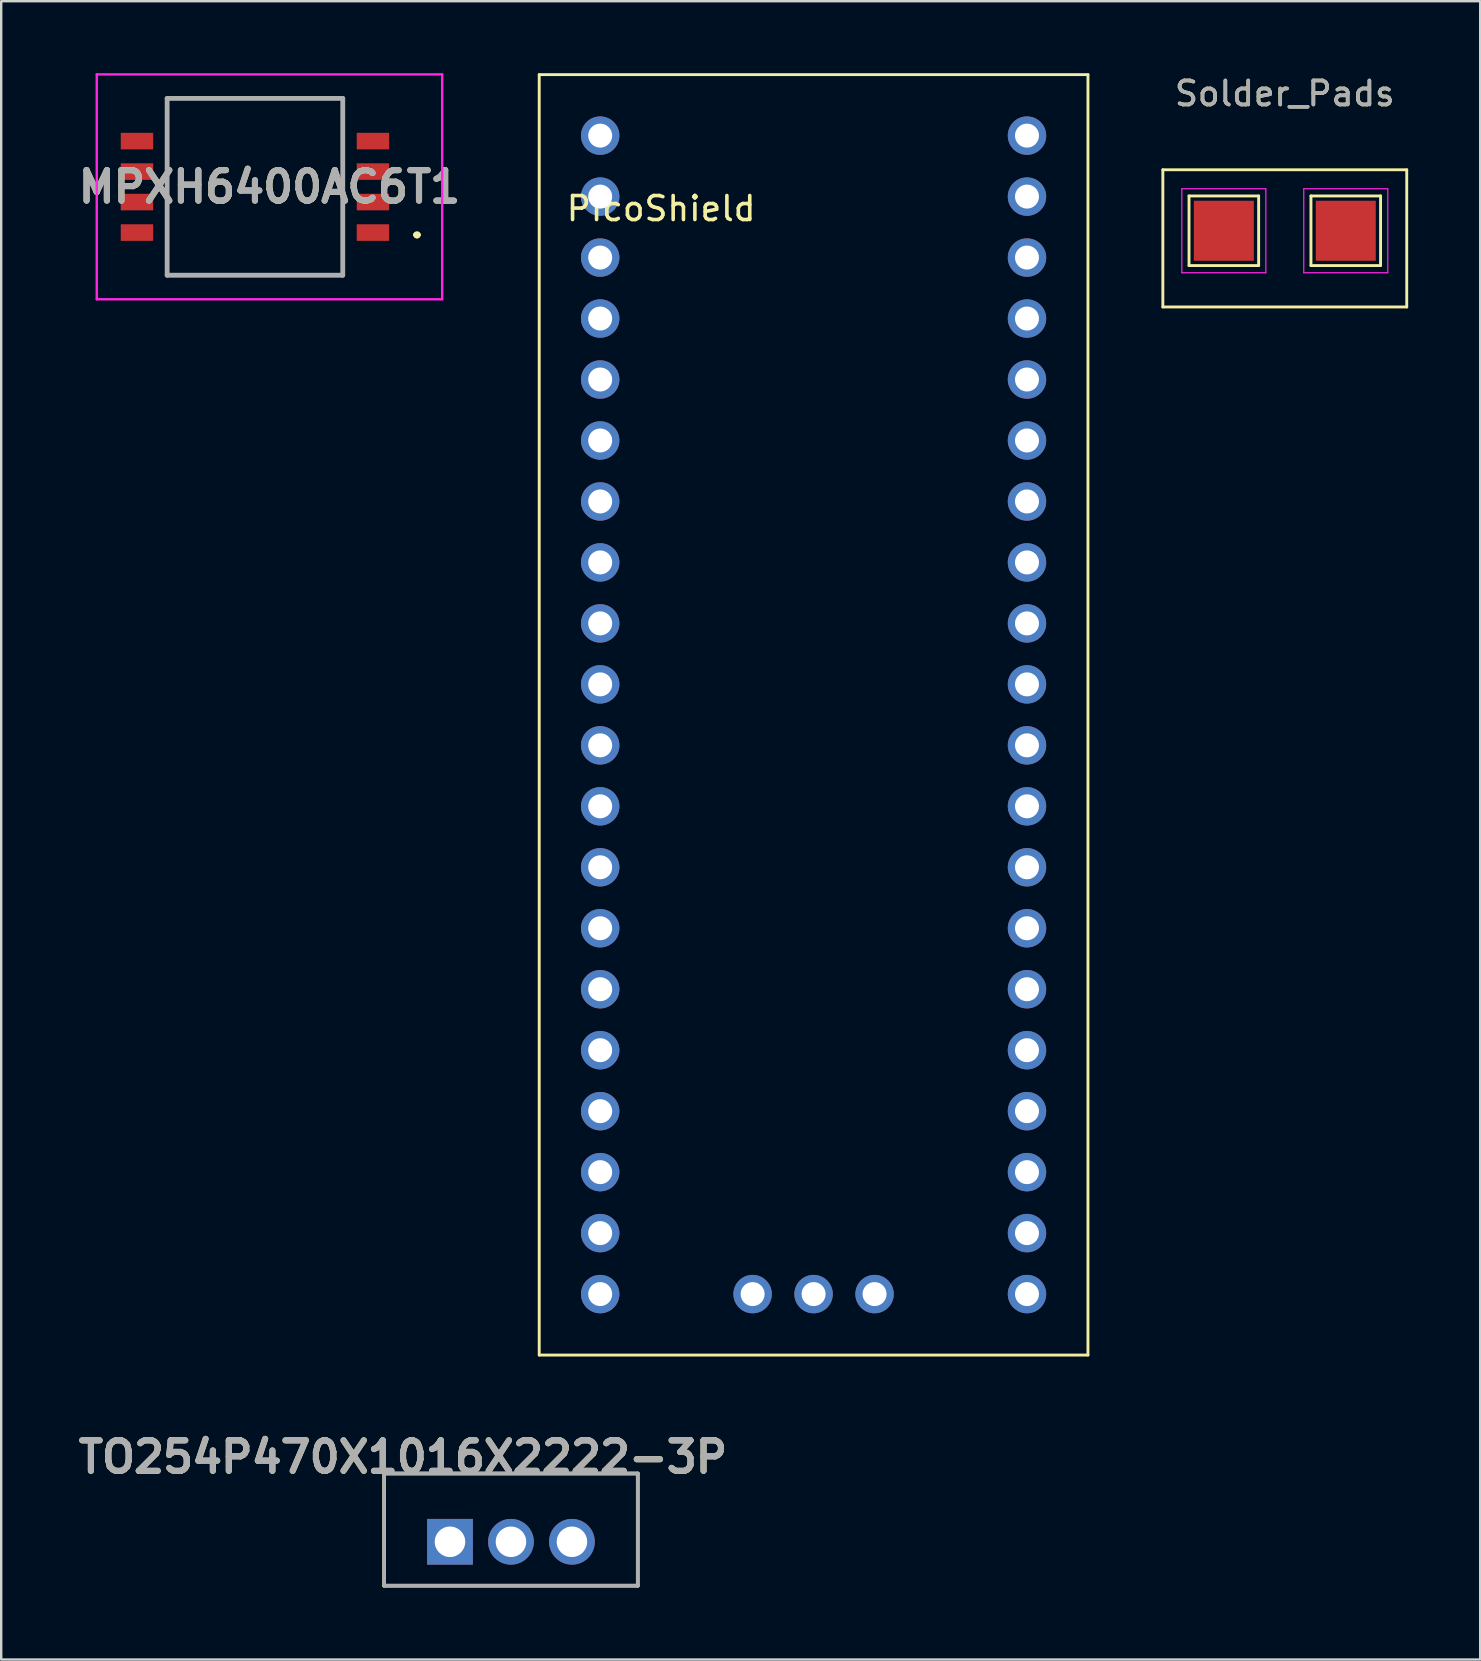
<source format=kicad_pcb>
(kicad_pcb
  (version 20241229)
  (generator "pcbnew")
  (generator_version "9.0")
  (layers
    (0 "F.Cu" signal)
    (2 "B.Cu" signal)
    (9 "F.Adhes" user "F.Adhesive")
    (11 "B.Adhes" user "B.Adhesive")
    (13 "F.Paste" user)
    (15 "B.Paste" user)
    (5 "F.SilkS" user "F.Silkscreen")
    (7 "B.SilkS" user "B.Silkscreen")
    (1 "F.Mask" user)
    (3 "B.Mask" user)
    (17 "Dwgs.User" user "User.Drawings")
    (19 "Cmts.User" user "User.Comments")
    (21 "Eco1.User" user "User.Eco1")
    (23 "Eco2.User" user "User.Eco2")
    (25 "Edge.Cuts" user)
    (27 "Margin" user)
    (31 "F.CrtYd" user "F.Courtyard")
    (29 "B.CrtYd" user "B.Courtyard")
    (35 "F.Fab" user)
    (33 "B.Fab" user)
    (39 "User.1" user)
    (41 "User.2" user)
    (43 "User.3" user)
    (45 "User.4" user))
  (footprint "TO254P470X1016X2222-3P"
    (layer "F.Cu")
    (at 20.776 60.163)
    (property "Reference" "TO254P470X1016X2222-3P" (at -7.036 -2.515 0) (layer "F.SilkS") (effects (font (size 1.27 1.27) (thickness 0.254))))
    (attr through_hole)
    (fp_line (start -7.823 -1.829) (end -7.823 2.845) (stroke (width 0.152) (type solid)) (layer "F.SilkS"))
    (fp_line (start -7.823 2.845) (end 2.743 2.845) (stroke (width 0.152) (type solid)) (layer "F.SilkS"))
    (fp_line (start 2.743 -1.829) (end -7.823 -1.829) (stroke (width 0.152) (type solid)) (layer "F.SilkS"))
    (fp_line (start 2.743 2.845) (end 2.743 -1.829) (stroke (width 0.152) (type solid)) (layer "F.SilkS"))
    (fp_line (start -7.823 -1.829) (end -7.823 2.845) (stroke (width 0.152) (type solid)) (layer "F.Fab"))
    (fp_line (start -7.823 2.845) (end 2.743 2.845) (stroke (width 0.152) (type solid)) (layer "F.Fab"))
    (fp_line (start 2.743 -1.829) (end -7.823 -1.829) (stroke (width 0.152) (type solid)) (layer "F.Fab"))
    (fp_line (start 2.743 2.845) (end 2.743 -1.829) (stroke (width 0.152) (type solid)) (layer "F.Fab"))
    (fp_text user "${REFERENCE}" (at -7.036 -2.515 0) (layer "F.Fab") (effects (font (size 1.27 1.27) (thickness 0.254))))
    (pad "1" thru_hole rect (at -5.08 1.016) (size 1.905 1.905) (drill 1.27) (layers "*.Cu" "*.Mask"))
    (pad "2" thru_hole circle (at -2.54 1.016) (size 1.905 1.905) (drill 1.27) (layers "*.Cu" "*.Mask"))
    (pad "3" thru_hole circle (at 0 1.016) (size 1.905 1.905) (drill 1.27) (layers "*.Cu" "*.Mask")))
  (footprint "Solder_Pads"
    (layer "F.Cu")
    (at 50.473 6.563)
    (property "Reference" "Solder_Pads" (at 0 -5.715 0) (layer "F.SilkS") (effects (font (size 1 1) (thickness 0.15))))
    (attr exclude_from_pos_files exclude_from_bom)
    (fp_line (start -5.08 -2.54) (end 5.08 -2.54) (stroke (width 0.12) (type solid)) (layer "F.SilkS"))
    (fp_line (start -5.08 3.175) (end -5.08 -2.54) (stroke (width 0.12) (type solid)) (layer "F.SilkS"))
    (fp_line (start -3.99 -1.45) (end -1.09 -1.45) (stroke (width 0.12) (type solid)) (layer "F.SilkS"))
    (fp_line (start -3.99 1.45) (end -3.99 -1.45) (stroke (width 0.12) (type solid)) (layer "F.SilkS"))
    (fp_line (start -1.09 -1.45) (end -1.09 1.45) (stroke (width 0.12) (type solid)) (layer "F.SilkS"))
    (fp_line (start -1.09 1.45) (end -3.99 1.45) (stroke (width 0.12) (type solid)) (layer "F.SilkS"))
    (fp_line (start 1.09 -1.45) (end 1.09 1.45) (stroke (width 0.12) (type solid)) (layer "F.SilkS"))
    (fp_line (start 1.09 1.45) (end 3.99 1.45) (stroke (width 0.12) (type solid)) (layer "F.SilkS"))
    (fp_line (start 3.99 -1.45) (end 1.09 -1.45) (stroke (width 0.12) (type solid)) (layer "F.SilkS"))
    (fp_line (start 3.99 1.45) (end 3.99 -1.45) (stroke (width 0.12) (type solid)) (layer "F.SilkS"))
    (fp_line (start 5.08 -2.54) (end 5.08 3.175) (stroke (width 0.12) (type solid)) (layer "F.SilkS"))
    (fp_line (start 5.08 3.175) (end -5.08 3.175) (stroke (width 0.12) (type solid)) (layer "F.SilkS"))
    (fp_line (start -4.29 -1.75) (end -4.29 1.75) (stroke (width 0.05) (type solid)) (layer "F.CrtYd"))
    (fp_line (start -4.29 -1.75) (end -0.79 -1.75) (stroke (width 0.05) (type solid)) (layer "F.CrtYd"))
    (fp_line (start -0.79 1.75) (end -4.29 1.75) (stroke (width 0.05) (type solid)) (layer "F.CrtYd"))
    (fp_line (start -0.79 1.75) (end -0.79 -1.75) (stroke (width 0.05) (type solid)) (layer "F.CrtYd"))
    (fp_line (start 0.79 1.75) (end 0.79 -1.75) (stroke (width 0.05) (type solid)) (layer "F.CrtYd"))
    (fp_line (start 0.79 1.75) (end 4.29 1.75) (stroke (width 0.05) (type solid)) (layer "F.CrtYd"))
    (fp_line (start 4.29 -1.75) (end 0.79 -1.75) (stroke (width 0.05) (type solid)) (layer "F.CrtYd"))
    (fp_line (start 4.29 -1.75) (end 4.29 1.75) (stroke (width 0.05) (type solid)) (layer "F.CrtYd"))
    (fp_text user "${REFERENCE}" (at 0 -5.715 0) (layer "F.Fab") (effects (font (size 1 1) (thickness 0.15))))
    (pad "1" smd rect (at -2.54 0) (size 2.5 2.5) (layers "F.Cu" "F.Mask"))
    (pad "2" smd rect (at 2.54 0) (size 2.5 2.5) (layers "F.Cu" "F.Mask")))
  (footprint "PIcoShield"
    (layer "F.Cu")
    (at 24.493 5.14)
    (property "Reference" "PIcoShield" (at 0 0.5 0) (layer "F.SilkS") (effects (font (size 1 1) (thickness 0.15))))
    (attr through_hole)
    (fp_line (start -5.08 -5.08) (end -5.08 48.26) (stroke (width 0.12) (type solid)) (layer "F.SilkS"))
    (fp_line (start -5.08 48.26) (end 17.78 48.26) (stroke (width 0.12) (type solid)) (layer "F.SilkS"))
    (fp_line (start 17.78 -5.08) (end -5.08 -5.08) (stroke (width 0.12) (type solid)) (layer "F.SilkS"))
    (fp_line (start 17.78 48.26) (end 17.78 -5.08) (stroke (width 0.12) (type solid)) (layer "F.SilkS"))
    (pad "1" thru_hole circle (at -2.54 -2.54 90) (size 1.6 1.6) (drill 1) (layers "*.Cu" "*.Mask"))
    (pad "2" thru_hole circle (at -2.54 0 90) (size 1.6 1.6) (drill 1) (layers "*.Cu" "*.Mask"))
    (pad "3" thru_hole circle (at -2.54 2.54 90) (size 1.6 1.6) (drill 1) (layers "*.Cu" "*.Mask"))
    (pad "4" thru_hole circle (at -2.54 5.08 90) (size 1.6 1.6) (drill 1) (layers "*.Cu" "*.Mask"))
    (pad "5" thru_hole circle (at -2.54 7.62 90) (size 1.6 1.6) (drill 1) (layers "*.Cu" "*.Mask"))
    (pad "6" thru_hole circle (at -2.54 10.16 90) (size 1.6 1.6) (drill 1) (layers "*.Cu" "*.Mask"))
    (pad "7" thru_hole circle (at -2.54 12.7 90) (size 1.6 1.6) (drill 1) (layers "*.Cu" "*.Mask"))
    (pad "8" thru_hole circle (at -2.54 15.24 90) (size 1.6 1.6) (drill 1) (layers "*.Cu" "*.Mask"))
    (pad "9" thru_hole circle (at -2.54 17.78 90) (size 1.6 1.6) (drill 1) (layers "*.Cu" "*.Mask"))
    (pad "10" thru_hole circle (at -2.54 20.32 90) (size 1.6 1.6) (drill 1) (layers "*.Cu" "*.Mask"))
    (pad "11" thru_hole circle (at -2.54 22.86 90) (size 1.6 1.6) (drill 1) (layers "*.Cu" "*.Mask"))
    (pad "12" thru_hole circle (at -2.54 25.4 90) (size 1.6 1.6) (drill 1) (layers "*.Cu" "*.Mask"))
    (pad "13" thru_hole circle (at -2.54 27.94 90) (size 1.6 1.6) (drill 1) (layers "*.Cu" "*.Mask"))
    (pad "14" thru_hole circle (at -2.54 30.48 90) (size 1.6 1.6) (drill 1) (layers "*.Cu" "*.Mask"))
    (pad "15" thru_hole circle (at -2.54 33.02 90) (size 1.6 1.6) (drill 1) (layers "*.Cu" "*.Mask"))
    (pad "16" thru_hole circle (at -2.54 35.56 90) (size 1.6 1.6) (drill 1) (layers "*.Cu" "*.Mask"))
    (pad "17" thru_hole circle (at -2.54 38.1 90) (size 1.6 1.6) (drill 1) (layers "*.Cu" "*.Mask"))
    (pad "18" thru_hole circle (at -2.54 40.64 90) (size 1.6 1.6) (drill 1) (layers "*.Cu" "*.Mask"))
    (pad "19" thru_hole circle (at -2.54 43.18 90) (size 1.6 1.6) (drill 1) (layers "*.Cu" "*.Mask"))
    (pad "20" thru_hole circle (at -2.54 45.72 90) (size 1.6 1.6) (drill 1) (layers "*.Cu" "*.Mask"))
    (pad "21" thru_hole circle (at 15.24 45.72 90) (size 1.6 1.6) (drill 1) (layers "*.Cu" "*.Mask"))
    (pad "22" thru_hole circle (at 15.24 43.18 90) (size 1.6 1.6) (drill 1) (layers "*.Cu" "*.Mask"))
    (pad "23" thru_hole circle (at 15.24 40.64 90) (size 1.6 1.6) (drill 1) (layers "*.Cu" "*.Mask"))
    (pad "24" thru_hole circle (at 15.24 38.1 90) (size 1.6 1.6) (drill 1) (layers "*.Cu" "*.Mask"))
    (pad "25" thru_hole circle (at 15.24 35.56 90) (size 1.6 1.6) (drill 1) (layers "*.Cu" "*.Mask"))
    (pad "26" thru_hole circle (at 15.24 33.02 90) (size 1.6 1.6) (drill 1) (layers "*.Cu" "*.Mask"))
    (pad "27" thru_hole circle (at 15.24 30.48 90) (size 1.6 1.6) (drill 1) (layers "*.Cu" "*.Mask"))
    (pad "28" thru_hole circle (at 15.24 27.94 90) (size 1.6 1.6) (drill 1) (layers "*.Cu" "*.Mask"))
    (pad "29" thru_hole circle (at 15.24 25.4 90) (size 1.6 1.6) (drill 1) (layers "*.Cu" "*.Mask"))
    (pad "30" thru_hole circle (at 15.24 22.86 90) (size 1.6 1.6) (drill 1) (layers "*.Cu" "*.Mask"))
    (pad "31" thru_hole circle (at 15.24 20.32 90) (size 1.6 1.6) (drill 1) (layers "*.Cu" "*.Mask"))
    (pad "32" thru_hole circle (at 15.24 17.78 90) (size 1.6 1.6) (drill 1) (layers "*.Cu" "*.Mask"))
    (pad "33" thru_hole circle (at 15.24 15.24 90) (size 1.6 1.6) (drill 1) (layers "*.Cu" "*.Mask"))
    (pad "34" thru_hole circle (at 15.24 12.7 90) (size 1.6 1.6) (drill 1) (layers "*.Cu" "*.Mask"))
    (pad "35" thru_hole circle (at 15.24 10.16 90) (size 1.6 1.6) (drill 1) (layers "*.Cu" "*.Mask"))
    (pad "36" thru_hole circle (at 15.24 7.62 90) (size 1.6 1.6) (drill 1) (layers "*.Cu" "*.Mask"))
    (pad "37" thru_hole circle (at 15.24 5.08 90) (size 1.6 1.6) (drill 1) (layers "*.Cu" "*.Mask"))
    (pad "38" thru_hole circle (at 15.24 2.54 90) (size 1.6 1.6) (drill 1) (layers "*.Cu" "*.Mask"))
    (pad "39" thru_hole circle (at 15.24 0 90) (size 1.6 1.6) (drill 1) (layers "*.Cu" "*.Mask"))
    (pad "40" thru_hole circle (at 15.24 -2.54 90) (size 1.6 1.6) (drill 1) (layers "*.Cu" "*.Mask"))
    (pad "41" thru_hole circle (at 6.35 45.72 90) (size 1.6 1.6) (drill 1) (layers "*.Cu" "*.Mask"))
    (pad "42" thru_hole circle (at 3.81 45.72 90) (size 1.6 1.6) (drill 1) (layers "*.Cu" "*.Mask"))
    (pad "43" thru_hole circle (at 8.89 45.72 90) (size 1.6 1.6) (drill 1) (layers "*.Cu" "*.Mask")))
  (footprint "MPXH6400AC6T1"
    (layer "F.Cu")
    (at 7.571 4.733)
    (property "Reference" "MPXH6400AC6T1" (at 0.605 0 0) (layer "F.SilkS") (effects (font (size 1.27 1.27) (thickness 0.254))))
    (attr smd)
    (fp_line (start -3.658 -3.683) (end 3.658 -3.683) (stroke (width 0.1) (type solid)) (layer "F.SilkS"))
    (fp_line (start -3.658 3.683) (end -3.658 -3.683) (stroke (width 0.1) (type solid)) (layer "F.SilkS"))
    (fp_line (start 3.658 -3.683) (end 3.658 3.683) (stroke (width 0.1) (type solid)) (layer "F.SilkS"))
    (fp_line (start 3.658 3.683) (end -3.658 3.683) (stroke (width 0.1) (type solid)) (layer "F.SilkS"))
    (fp_line (start 6.7 2) (end 6.7 2) (stroke (width 0.2) (type solid)) (layer "F.SilkS"))
    (fp_line (start 6.7 2) (end 6.7 2) (stroke (width 0.2) (type solid)) (layer "F.SilkS"))
    (fp_line (start 6.8 2) (end 6.8 2) (stroke (width 0.2) (type solid)) (layer "F.SilkS"))
    (fp_arc (start 6.7 2) (mid 6.75 1.95) (end 6.8 2) (stroke (width 0.2) (type solid)) (layer "F.SilkS"))
    (fp_arc (start 6.8 2) (mid 6.75 2.05) (end 6.7 2) (stroke (width 0.2) (type solid)) (layer "F.SilkS"))
    (fp_arc (start 6.8 2) (mid 6.75 2.05) (end 6.7 2) (stroke (width 0.2) (type solid)) (layer "F.SilkS"))
    (fp_line (start -6.59 -4.683) (end 7.8 -4.683) (stroke (width 0.1) (type solid)) (layer "F.CrtYd"))
    (fp_line (start -6.59 4.683) (end -6.59 -4.683) (stroke (width 0.1) (type solid)) (layer "F.CrtYd"))
    (fp_line (start 7.8 -4.683) (end 7.8 4.683) (stroke (width 0.1) (type solid)) (layer "F.CrtYd"))
    (fp_line (start 7.8 4.683) (end -6.59 4.683) (stroke (width 0.1) (type solid)) (layer "F.CrtYd"))
    (fp_line (start -3.658 -3.683) (end -3.658 3.683) (stroke (width 0.2) (type solid)) (layer "F.Fab"))
    (fp_line (start -3.658 3.683) (end 3.658 3.683) (stroke (width 0.2) (type solid)) (layer "F.Fab"))
    (fp_line (start 3.658 -3.683) (end -3.658 -3.683) (stroke (width 0.2) (type solid)) (layer "F.Fab"))
    (fp_line (start 3.658 3.683) (end 3.658 -3.683) (stroke (width 0.2) (type solid)) (layer "F.Fab"))
    (fp_text user "${REFERENCE}" (at 0.605 0 0) (layer "F.Fab") (effects (font (size 1.27 1.27) (thickness 0.254))))
    (pad "1" smd rect (at 4.915 1.905 90) (size 0.69 1.35) (layers "F.Cu" "F.Mask" "F.Paste"))
    (pad "2" smd rect (at 4.915 0.635 90) (size 0.69 1.35) (layers "F.Cu" "F.Mask" "F.Paste"))
    (pad "3" smd rect (at 4.915 -0.635 90) (size 0.69 1.35) (layers "F.Cu" "F.Mask" "F.Paste"))
    (pad "4" smd rect (at 4.915 -1.905 90) (size 0.69 1.35) (layers "F.Cu" "F.Mask" "F.Paste"))
    (pad "5" smd rect (at -4.915 -1.905 90) (size 0.69 1.35) (layers "F.Cu" "F.Mask" "F.Paste"))
    (pad "6" smd rect (at -4.915 -0.635 90) (size 0.69 1.35) (layers "F.Cu" "F.Mask" "F.Paste"))
    (pad "7" smd rect (at -4.915 0.635 90) (size 0.69 1.35) (layers "F.Cu" "F.Mask" "F.Paste"))
    (pad "8" smd rect (at -4.915 1.905 90) (size 0.69 1.35) (layers "F.Cu" "F.Mask" "F.Paste")))
  (gr_rect
    (start -3 -3)
    (end 58.613 66.084)
    (stroke (width 0.1) (type default))
    (fill no)
    (layer "Edge.Cuts")))
</source>
